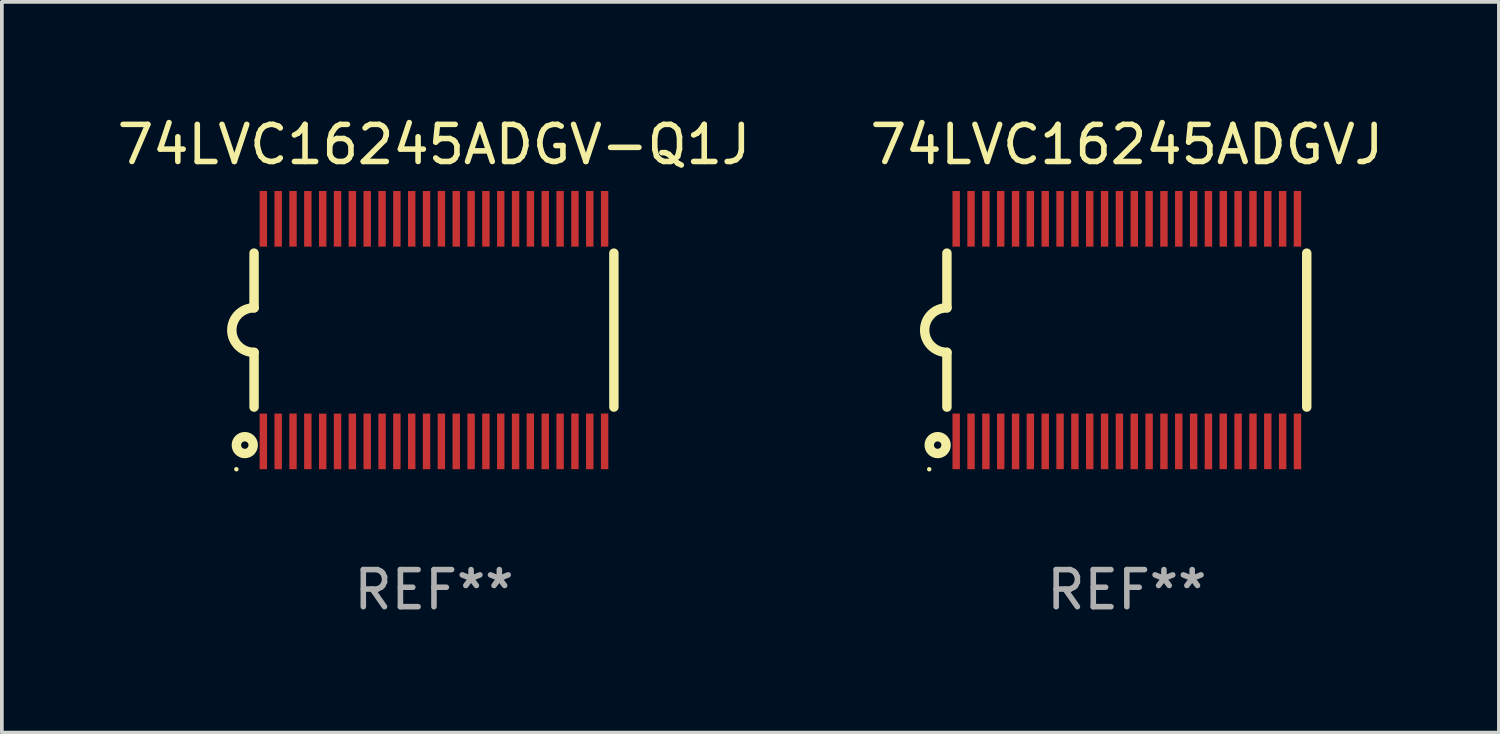
<source format=kicad_pcb>
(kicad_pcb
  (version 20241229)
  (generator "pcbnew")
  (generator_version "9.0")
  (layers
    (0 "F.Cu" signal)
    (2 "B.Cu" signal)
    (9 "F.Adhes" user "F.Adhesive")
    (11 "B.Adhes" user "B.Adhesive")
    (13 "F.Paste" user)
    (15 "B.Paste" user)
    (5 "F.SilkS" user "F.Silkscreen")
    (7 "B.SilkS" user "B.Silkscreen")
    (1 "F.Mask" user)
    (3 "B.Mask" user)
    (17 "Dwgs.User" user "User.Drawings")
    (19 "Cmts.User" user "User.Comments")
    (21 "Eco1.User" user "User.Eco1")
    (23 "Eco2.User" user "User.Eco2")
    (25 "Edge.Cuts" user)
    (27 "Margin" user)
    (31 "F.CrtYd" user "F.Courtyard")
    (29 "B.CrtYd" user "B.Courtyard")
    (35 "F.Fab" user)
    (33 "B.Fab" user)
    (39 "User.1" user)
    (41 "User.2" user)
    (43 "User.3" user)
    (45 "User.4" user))
  (footprint "74LVC16245ADGV-Q1J"
    (layer "F.Cu")
    (at 8.649 5.849)
    (property "Reference" "74LVC16245ADGV-Q1J" (at 0 -5.001 0) (layer "F.SilkS") (effects (font (size 1 1) (thickness 0.15))))
    (attr through_hole)
    (fp_line (start -4.85 -2.076) (end -4.85 -0.6) (stroke (width 0.254) (type solid)) (layer "F.SilkS"))
    (fp_line (start -4.85 2.076) (end -4.85 0.6) (stroke (width 0.254) (type solid)) (layer "F.SilkS"))
    (fp_line (start 4.85 -2.075) (end 4.85 2.075) (stroke (width 0.254) (type solid)) (layer "F.SilkS"))
    (fp_arc (start -4.850013 0.6) (mid -5.449099 -0.0008) (end -4.848869 -0.600457) (stroke (width 0.254001) (type solid)) (layer "F.SilkS"))
    (fp_circle (center -5.327 3.751) (end -5.297 3.751) (stroke (width 0.06) (type solid)) (fill no) (layer "F.SilkS"))
    (fp_circle (center -5.1 3.1) (end -5 3.1) (stroke (width 0.254) (type solid)) (fill no) (layer "F.SilkS"))
    (fp_text user "REF**" (at 0 7.001 0) (layer "F.Fab") (effects (font (size 1 1) (thickness 0.15))))
    (pad "1" smd rect (at -4.6 3) (size 0.2 1.5) (layers "F.Cu" "F.Mask" "F.Paste"))
    (pad "2" smd rect (at -4.2 3) (size 0.2 1.5) (layers "F.Cu" "F.Mask" "F.Paste"))
    (pad "3" smd rect (at -3.8 3) (size 0.2 1.5) (layers "F.Cu" "F.Mask" "F.Paste"))
    (pad "4" smd rect (at -3.4 3) (size 0.2 1.5) (layers "F.Cu" "F.Mask" "F.Paste"))
    (pad "5" smd rect (at -3 3.001) (size 0.2 1.5) (layers "F.Cu" "F.Mask" "F.Paste"))
    (pad "6" smd rect (at -2.6 3) (size 0.2 1.5) (layers "F.Cu" "F.Mask" "F.Paste"))
    (pad "7" smd rect (at -2.2 3) (size 0.2 1.5) (layers "F.Cu" "F.Mask" "F.Paste"))
    (pad "8" smd rect (at -1.8 3) (size 0.2 1.5) (layers "F.Cu" "F.Mask" "F.Paste"))
    (pad "9" smd rect (at -1.4 3) (size 0.2 1.5) (layers "F.Cu" "F.Mask" "F.Paste"))
    (pad "10" smd rect (at -1 3) (size 0.2 1.5) (layers "F.Cu" "F.Mask" "F.Paste"))
    (pad "11" smd rect (at -0.6 3) (size 0.2 1.5) (layers "F.Cu" "F.Mask" "F.Paste"))
    (pad "12" smd rect (at -0.2 3) (size 0.2 1.5) (layers "F.Cu" "F.Mask" "F.Paste"))
    (pad "13" smd rect (at 0.2 3) (size 0.2 1.5) (layers "F.Cu" "F.Mask" "F.Paste"))
    (pad "14" smd rect (at 0.6 3) (size 0.2 1.5) (layers "F.Cu" "F.Mask" "F.Paste"))
    (pad "15" smd rect (at 1 3) (size 0.2 1.5) (layers "F.Cu" "F.Mask" "F.Paste"))
    (pad "16" smd rect (at 1.4 3) (size 0.2 1.5) (layers "F.Cu" "F.Mask" "F.Paste"))
    (pad "17" smd rect (at 1.8 3) (size 0.2 1.5) (layers "F.Cu" "F.Mask" "F.Paste"))
    (pad "18" smd rect (at 2.2 3.001) (size 0.2 1.5) (layers "F.Cu" "F.Mask" "F.Paste"))
    (pad "19" smd rect (at 2.598 2.998) (size 0.2 1.5) (layers "F.Cu" "F.Mask" "F.Paste"))
    (pad "20" smd rect (at 3 3) (size 0.2 1.5) (layers "F.Cu" "F.Mask" "F.Paste"))
    (pad "21" smd rect (at 3.4 3) (size 0.2 1.5) (layers "F.Cu" "F.Mask" "F.Paste"))
    (pad "22" smd rect (at 3.8 2.998) (size 0.2 1.5) (layers "F.Cu" "F.Mask" "F.Paste"))
    (pad "23" smd rect (at 4.2 3) (size 0.2 1.5) (layers "F.Cu" "F.Mask" "F.Paste"))
    (pad "24" smd rect (at 4.6 3) (size 0.2 1.5) (layers "F.Cu" "F.Mask" "F.Paste"))
    (pad "25" smd rect (at 4.6 -3) (size 0.2 1.5) (layers "F.Cu" "F.Mask" "F.Paste"))
    (pad "26" smd rect (at 4.2 -3) (size 0.2 1.5) (layers "F.Cu" "F.Mask" "F.Paste"))
    (pad "27" smd rect (at 3.8 -3) (size 0.2 1.5) (layers "F.Cu" "F.Mask" "F.Paste"))
    (pad "28" smd rect (at 3.4 -3) (size 0.2 1.5) (layers "F.Cu" "F.Mask" "F.Paste"))
    (pad "29" smd rect (at 3 -3) (size 0.2 1.5) (layers "F.Cu" "F.Mask" "F.Paste"))
    (pad "30" smd rect (at 2.6 -3) (size 0.2 1.5) (layers "F.Cu" "F.Mask" "F.Paste"))
    (pad "31" smd rect (at 2.2 -3) (size 0.2 1.5) (layers "F.Cu" "F.Mask" "F.Paste"))
    (pad "32" smd rect (at 1.8 -3) (size 0.2 1.5) (layers "F.Cu" "F.Mask" "F.Paste"))
    (pad "33" smd rect (at 1.4 -3) (size 0.2 1.5) (layers "F.Cu" "F.Mask" "F.Paste"))
    (pad "34" smd rect (at 1 -3) (size 0.2 1.5) (layers "F.Cu" "F.Mask" "F.Paste"))
    (pad "35" smd rect (at 0.6 -3) (size 0.2 1.5) (layers "F.Cu" "F.Mask" "F.Paste"))
    (pad "36" smd rect (at 0.201 -3.001) (size 0.2 1.5) (layers "F.Cu" "F.Mask" "F.Paste"))
    (pad "37" smd rect (at -0.2 -3) (size 0.2 1.5) (layers "F.Cu" "F.Mask" "F.Paste"))
    (pad "38" smd rect (at -0.6 -3) (size 0.2 1.5) (layers "F.Cu" "F.Mask" "F.Paste"))
    (pad "39" smd rect (at -1 -3) (size 0.2 1.5) (layers "F.Cu" "F.Mask" "F.Paste"))
    (pad "40" smd rect (at -1.4 -3) (size 0.2 1.5) (layers "F.Cu" "F.Mask" "F.Paste"))
    (pad "41" smd rect (at -1.8 -3) (size 0.2 1.5) (layers "F.Cu" "F.Mask" "F.Paste"))
    (pad "42" smd rect (at -2.2 -3) (size 0.2 1.5) (layers "F.Cu" "F.Mask" "F.Paste"))
    (pad "43" smd rect (at -2.6 -3) (size 0.2 1.5) (layers "F.Cu" "F.Mask" "F.Paste"))
    (pad "44" smd rect (at -3 -3) (size 0.2 1.5) (layers "F.Cu" "F.Mask" "F.Paste"))
    (pad "45" smd rect (at -3.4 -3) (size 0.2 1.5) (layers "F.Cu" "F.Mask" "F.Paste"))
    (pad "46" smd rect (at -3.8 -3) (size 0.2 1.5) (layers "F.Cu" "F.Mask" "F.Paste"))
    (pad "47" smd rect (at -4.2 -3) (size 0.2 1.5) (layers "F.Cu" "F.Mask" "F.Paste"))
    (pad "48" smd rect (at -4.6 -3) (size 0.2 1.5) (layers "F.Cu" "F.Mask" "F.Paste")))
  (footprint "74LVC16245ADGVJ"
    (layer "F.Cu")
    (at 27.327 5.849)
    (property "Reference" "74LVC16245ADGVJ" (at 0 -5.001 0) (layer "F.SilkS") (effects (font (size 1 1) (thickness 0.15))))
    (attr through_hole)
    (fp_line (start -4.85 -2.076) (end -4.85 -0.6) (stroke (width 0.254) (type solid)) (layer "F.SilkS"))
    (fp_line (start -4.85 2.076) (end -4.85 0.6) (stroke (width 0.254) (type solid)) (layer "F.SilkS"))
    (fp_line (start 4.85 -2.075) (end 4.85 2.075) (stroke (width 0.254) (type solid)) (layer "F.SilkS"))
    (fp_arc (start -4.850013 0.6) (mid -5.449099 -0.0008) (end -4.848869 -0.600457) (stroke (width 0.254001) (type solid)) (layer "F.SilkS"))
    (fp_circle (center -5.327 3.751) (end -5.297 3.751) (stroke (width 0.06) (type solid)) (fill no) (layer "F.SilkS"))
    (fp_circle (center -5.1 3.1) (end -5 3.1) (stroke (width 0.254) (type solid)) (fill no) (layer "F.SilkS"))
    (fp_text user "REF**" (at 0 7.001 0) (layer "F.Fab") (effects (font (size 1 1) (thickness 0.15))))
    (pad "1" smd rect (at -4.6 3) (size 0.2 1.5) (layers "F.Cu" "F.Mask" "F.Paste"))
    (pad "2" smd rect (at -4.2 3) (size 0.2 1.5) (layers "F.Cu" "F.Mask" "F.Paste"))
    (pad "3" smd rect (at -3.8 3) (size 0.2 1.5) (layers "F.Cu" "F.Mask" "F.Paste"))
    (pad "4" smd rect (at -3.4 3) (size 0.2 1.5) (layers "F.Cu" "F.Mask" "F.Paste"))
    (pad "5" smd rect (at -3 3.001) (size 0.2 1.5) (layers "F.Cu" "F.Mask" "F.Paste"))
    (pad "6" smd rect (at -2.6 3) (size 0.2 1.5) (layers "F.Cu" "F.Mask" "F.Paste"))
    (pad "7" smd rect (at -2.2 3) (size 0.2 1.5) (layers "F.Cu" "F.Mask" "F.Paste"))
    (pad "8" smd rect (at -1.8 3) (size 0.2 1.5) (layers "F.Cu" "F.Mask" "F.Paste"))
    (pad "9" smd rect (at -1.4 3) (size 0.2 1.5) (layers "F.Cu" "F.Mask" "F.Paste"))
    (pad "10" smd rect (at -1 3) (size 0.2 1.5) (layers "F.Cu" "F.Mask" "F.Paste"))
    (pad "11" smd rect (at -0.6 3) (size 0.2 1.5) (layers "F.Cu" "F.Mask" "F.Paste"))
    (pad "12" smd rect (at -0.2 3) (size 0.2 1.5) (layers "F.Cu" "F.Mask" "F.Paste"))
    (pad "13" smd rect (at 0.2 3) (size 0.2 1.5) (layers "F.Cu" "F.Mask" "F.Paste"))
    (pad "14" smd rect (at 0.6 3) (size 0.2 1.5) (layers "F.Cu" "F.Mask" "F.Paste"))
    (pad "15" smd rect (at 1 3) (size 0.2 1.5) (layers "F.Cu" "F.Mask" "F.Paste"))
    (pad "16" smd rect (at 1.4 3) (size 0.2 1.5) (layers "F.Cu" "F.Mask" "F.Paste"))
    (pad "17" smd rect (at 1.8 3) (size 0.2 1.5) (layers "F.Cu" "F.Mask" "F.Paste"))
    (pad "18" smd rect (at 2.2 3.001) (size 0.2 1.5) (layers "F.Cu" "F.Mask" "F.Paste"))
    (pad "19" smd rect (at 2.598 2.998) (size 0.2 1.5) (layers "F.Cu" "F.Mask" "F.Paste"))
    (pad "20" smd rect (at 3 3) (size 0.2 1.5) (layers "F.Cu" "F.Mask" "F.Paste"))
    (pad "21" smd rect (at 3.4 3) (size 0.2 1.5) (layers "F.Cu" "F.Mask" "F.Paste"))
    (pad "22" smd rect (at 3.8 2.998) (size 0.2 1.5) (layers "F.Cu" "F.Mask" "F.Paste"))
    (pad "23" smd rect (at 4.2 3) (size 0.2 1.5) (layers "F.Cu" "F.Mask" "F.Paste"))
    (pad "24" smd rect (at 4.6 3) (size 0.2 1.5) (layers "F.Cu" "F.Mask" "F.Paste"))
    (pad "25" smd rect (at 4.6 -3) (size 0.2 1.5) (layers "F.Cu" "F.Mask" "F.Paste"))
    (pad "26" smd rect (at 4.2 -3) (size 0.2 1.5) (layers "F.Cu" "F.Mask" "F.Paste"))
    (pad "27" smd rect (at 3.8 -3) (size 0.2 1.5) (layers "F.Cu" "F.Mask" "F.Paste"))
    (pad "28" smd rect (at 3.4 -3) (size 0.2 1.5) (layers "F.Cu" "F.Mask" "F.Paste"))
    (pad "29" smd rect (at 3 -3) (size 0.2 1.5) (layers "F.Cu" "F.Mask" "F.Paste"))
    (pad "30" smd rect (at 2.6 -3) (size 0.2 1.5) (layers "F.Cu" "F.Mask" "F.Paste"))
    (pad "31" smd rect (at 2.2 -3) (size 0.2 1.5) (layers "F.Cu" "F.Mask" "F.Paste"))
    (pad "32" smd rect (at 1.8 -3) (size 0.2 1.5) (layers "F.Cu" "F.Mask" "F.Paste"))
    (pad "33" smd rect (at 1.4 -3) (size 0.2 1.5) (layers "F.Cu" "F.Mask" "F.Paste"))
    (pad "34" smd rect (at 1 -3) (size 0.2 1.5) (layers "F.Cu" "F.Mask" "F.Paste"))
    (pad "35" smd rect (at 0.6 -3) (size 0.2 1.5) (layers "F.Cu" "F.Mask" "F.Paste"))
    (pad "36" smd rect (at 0.201 -3.001) (size 0.2 1.5) (layers "F.Cu" "F.Mask" "F.Paste"))
    (pad "37" smd rect (at -0.2 -3) (size 0.2 1.5) (layers "F.Cu" "F.Mask" "F.Paste"))
    (pad "38" smd rect (at -0.6 -3) (size 0.2 1.5) (layers "F.Cu" "F.Mask" "F.Paste"))
    (pad "39" smd rect (at -1 -3) (size 0.2 1.5) (layers "F.Cu" "F.Mask" "F.Paste"))
    (pad "40" smd rect (at -1.4 -3) (size 0.2 1.5) (layers "F.Cu" "F.Mask" "F.Paste"))
    (pad "41" smd rect (at -1.8 -3) (size 0.2 1.5) (layers "F.Cu" "F.Mask" "F.Paste"))
    (pad "42" smd rect (at -2.2 -3) (size 0.2 1.5) (layers "F.Cu" "F.Mask" "F.Paste"))
    (pad "43" smd rect (at -2.6 -3) (size 0.2 1.5) (layers "F.Cu" "F.Mask" "F.Paste"))
    (pad "44" smd rect (at -3 -3) (size 0.2 1.5) (layers "F.Cu" "F.Mask" "F.Paste"))
    (pad "45" smd rect (at -3.4 -3) (size 0.2 1.5) (layers "F.Cu" "F.Mask" "F.Paste"))
    (pad "46" smd rect (at -3.8 -3) (size 0.2 1.5) (layers "F.Cu" "F.Mask" "F.Paste"))
    (pad "47" smd rect (at -4.2 -3) (size 0.2 1.5) (layers "F.Cu" "F.Mask" "F.Paste"))
    (pad "48" smd rect (at -4.6 -3) (size 0.2 1.5) (layers "F.Cu" "F.Mask" "F.Paste")))
  (gr_rect
    (start -3 -3)
    (end 37.357 16.699)
    (stroke (width 0.1) (type default))
    (fill no)
    (layer "Edge.Cuts")))
</source>
